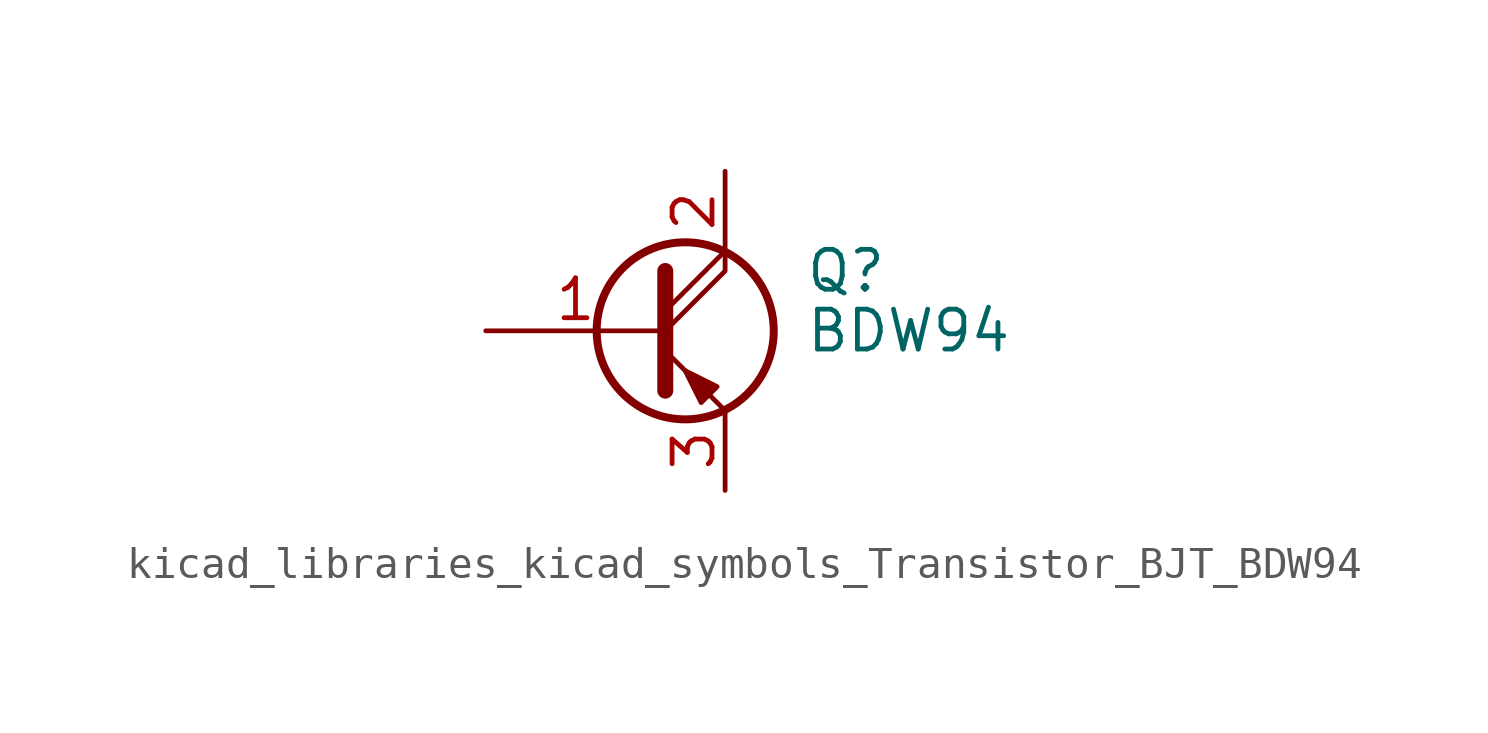
<source format=kicad_sym>
(kicad_symbol_lib
  (version 20220914)
  (generator kicad_symbol_editor)
  (symbol "kicad_libraries_kicad_symbols_Transistor_BJT_BDW94"
    (pin_names
      (offset 0) hide)
    (property "Reference" "Q"
      (at 5.08 1.905 0)
      (effects (font (size 1.27 1.27)) (justify left)))
    (property "Value" "BDW94"
      (at 5.08 0 0)
      (effects (font (size 1.27 1.27)) (justify left)))
    (symbol "kicad_libraries_kicad_symbols_Transistor_BJT_BDW94_0_1"
      (polyline (pts (xy 0.635 0.635) (xy 2.54 2.54)) (stroke (width 0) (type default)) (fill (type none)))
      (polyline (pts (xy 0.635 -0.635) (xy 2.54 -2.54) (xy 2.54 -2.54)) (stroke (width 0) (type default)) (fill (type none)))
      (polyline (pts (xy 0.635 0) (xy 2.54 1.905) (xy 2.54 2.54)) (stroke (width 0) (type default)) (fill (type none)))
      (polyline (pts (xy 0.635 1.905) (xy 0.635 -1.905) (xy 0.635 -1.905)) (stroke (width 0.508) (type default)) (fill (type none)))
      (polyline (pts (xy 2.286 -1.778) (xy 1.778 -2.286) (xy 1.27 -1.27) (xy 2.286 -1.778) (xy 2.286 -1.778)) (stroke (width 0) (type default)) (fill (type outline)))
      (circle (center 1.27 0) (radius 2.819) (stroke (width 0.254) (type default)) (fill (type none))))
    (symbol "kicad_libraries_kicad_symbols_Transistor_BJT_BDW94_1_1"
      (pin input line (at -5.08 0 0) (length 5.715) (name "B" (effects (font (size 1.27 1.27)))) (number "1" (effects (font (size 1.27 1.27)))))
      (pin passive line (at 2.54 5.08 270) (length 2.54) (name "C" (effects (font (size 1.27 1.27)))) (number "2" (effects (font (size 1.27 1.27)))))
      (pin passive line (at 2.54 -5.08 90) (length 2.54) (name "E" (effects (font (size 1.27 1.27)))) (number "3" (effects (font (size 1.27 1.27))))))))
</source>
